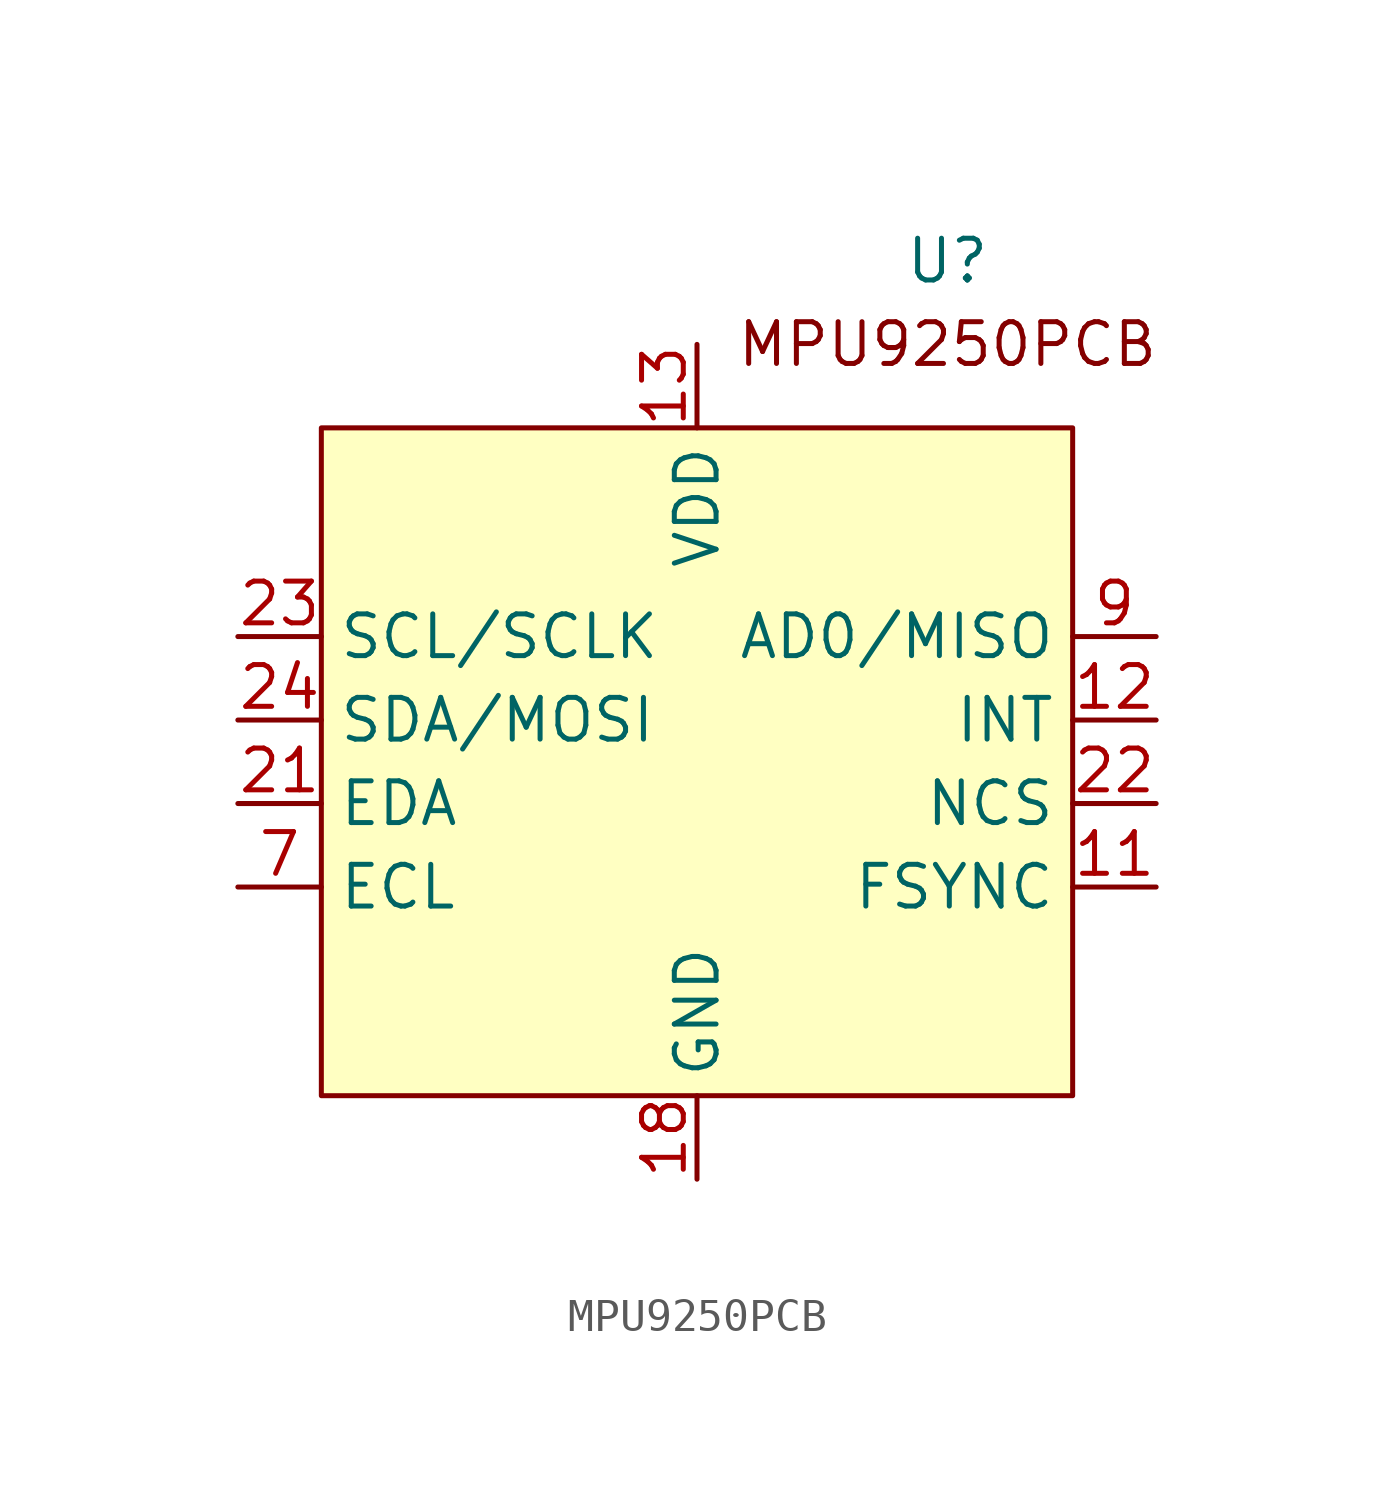
<source format=kicad_sym>
(kicad_symbol_lib
  (version 20220914)
  (generator kicad_symbol_editor)
  (symbol "MPU9250PCB"
    (property "Reference" "U"
      (at 7.62 15.24 0)
      (effects (font (size 1.27 1.27))))
    (property "Value" ""
      (at 0 0 0)
      (effects (font (size 1.27 1.27))))
    (symbol "MPU9250PCB_1_1"
      (rectangle (start -11.43 10.16) (end 11.43 -10.16) (stroke (width 0) (type default)) (fill (type background)))
      (text "MPU9250PCB" (at 7.62 12.7 0) (effects (font (size 1.27 1.27))))
      (pin input line (at 13.97 -3.81 180) (length 2.54) (name "FSYNC" (effects (font (size 1.27 1.27)))) (number "11" (effects (font (size 1.27 1.27)))))
      (pin input line (at 13.97 1.27 180) (length 2.54) (name "INT" (effects (font (size 1.27 1.27)))) (number "12" (effects (font (size 1.27 1.27)))))
      (pin input line (at 0 12.7 270) (length 2.54) (name "VDD" (effects (font (size 1.27 1.27)))) (number "13" (effects (font (size 1.27 1.27)))))
      (pin input line (at 0 -12.7 90) (length 2.54) (name "GND" (effects (font (size 1.27 1.27)))) (number "18" (effects (font (size 1.27 1.27)))))
      (pin input line (at -13.97 -1.27 0) (length 2.54) (name "EDA" (effects (font (size 1.27 1.27)))) (number "21" (effects (font (size 1.27 1.27)))))
      (pin input line (at 13.97 -1.27 180) (length 2.54) (name "NCS" (effects (font (size 1.27 1.27)))) (number "22" (effects (font (size 1.27 1.27)))))
      (pin input line (at -13.97 3.81 0) (length 2.54) (name "SCL/SCLK" (effects (font (size 1.27 1.27)))) (number "23" (effects (font (size 1.27 1.27)))))
      (pin input line (at -13.97 1.27 0) (length 2.54) (name "SDA/MOSI" (effects (font (size 1.27 1.27)))) (number "24" (effects (font (size 1.27 1.27)))))
      (pin input line (at -13.97 -3.81 0) (length 2.54) (name "ECL" (effects (font (size 1.27 1.27)))) (number "7" (effects (font (size 1.27 1.27)))))
      (pin input line (at 13.97 3.81 180) (length 2.54) (name "AD0/MISO" (effects (font (size 1.27 1.27)))) (number "9" (effects (font (size 1.27 1.27))))))))
</source>
